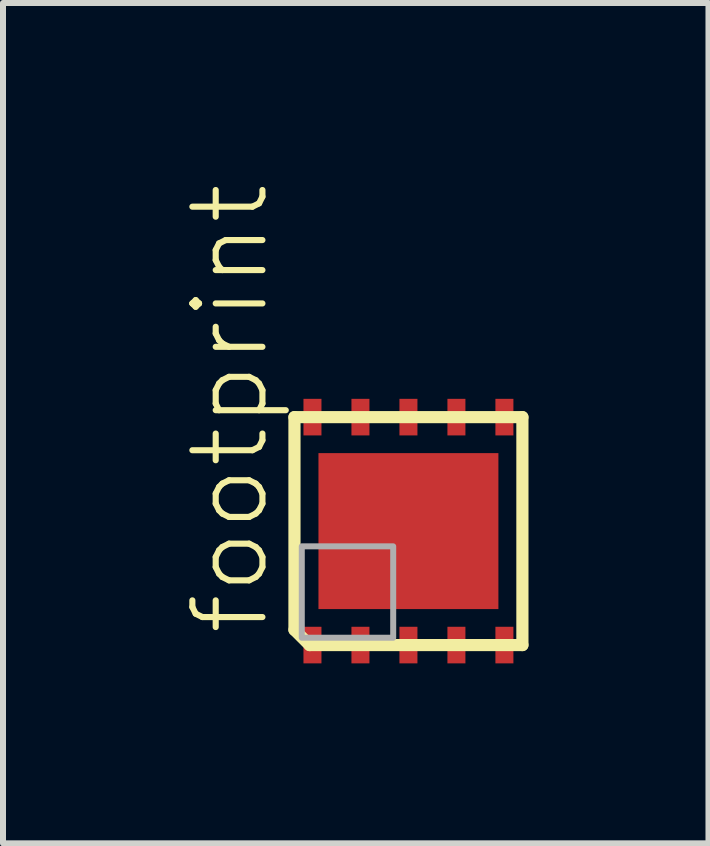
<source format=kicad_pcb>
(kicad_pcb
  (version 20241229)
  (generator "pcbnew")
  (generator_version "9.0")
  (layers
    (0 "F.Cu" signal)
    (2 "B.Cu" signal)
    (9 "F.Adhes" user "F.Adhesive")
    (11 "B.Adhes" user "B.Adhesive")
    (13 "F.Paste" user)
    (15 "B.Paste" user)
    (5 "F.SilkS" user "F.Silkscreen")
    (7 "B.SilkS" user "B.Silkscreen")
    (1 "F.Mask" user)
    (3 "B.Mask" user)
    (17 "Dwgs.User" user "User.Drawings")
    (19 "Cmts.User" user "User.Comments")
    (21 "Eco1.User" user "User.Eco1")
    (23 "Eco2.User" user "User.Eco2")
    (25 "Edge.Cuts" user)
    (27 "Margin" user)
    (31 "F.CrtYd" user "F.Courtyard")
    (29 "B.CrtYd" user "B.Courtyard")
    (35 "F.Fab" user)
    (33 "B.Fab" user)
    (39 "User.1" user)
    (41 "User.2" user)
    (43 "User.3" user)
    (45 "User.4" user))
  (footprint "footprint"
    (layer "F.Cu")
    (at 3.759 5.804)
    (property "Reference" "footprint" (at -2.286 1.778 90) (layer "F.SilkS") (effects (font (size 1.168 1.168) (thickness 0.102)) (justify left bottom)))
    (fp_line (start -1.9 -1.9) (end 1.9 -1.9) (stroke (width 0.203) (type solid)) (layer "F.SilkS"))
    (fp_line (start -1.9 1.646) (end -1.9 -1.9) (stroke (width 0.203) (type solid)) (layer "F.SilkS"))
    (fp_line (start -1.646 1.9) (end -1.9 1.646) (stroke (width 0.203) (type solid)) (layer "F.SilkS"))
    (fp_line (start 1.9 -1.9) (end 1.9 1.9) (stroke (width 0.203) (type solid)) (layer "F.SilkS"))
    (fp_line (start 1.9 1.9) (end -1.646 1.9) (stroke (width 0.203) (type solid)) (layer "F.SilkS"))
    (fp_poly (pts (xy -1.778 1.778) (xy -0.254 1.778) (xy -0.254 0.254) (xy -1.778 0.254)) (stroke (width 0.1) (type solid)) (fill no) (layer "F.Fab"))
    (pad "1" smd rect (at -1.6 1.9) (size 0.3 0.61) (layers "F.Cu" "F.Mask" "F.Paste"))
    (pad "2" smd rect (at -0.8 1.9) (size 0.3 0.61) (layers "F.Cu" "F.Mask" "F.Paste"))
    (pad "3" smd rect (at 0 1.9) (size 0.3 0.61) (layers "F.Cu" "F.Mask" "F.Paste"))
    (pad "4" smd rect (at 0.8 1.9) (size 0.3 0.61) (layers "F.Cu" "F.Mask" "F.Paste"))
    (pad "5" smd rect (at 1.6 1.9) (size 0.3 0.61) (layers "F.Cu" "F.Mask" "F.Paste"))
    (pad "6" smd rect (at 1.6 -1.9 180) (size 0.3 0.61) (layers "F.Cu" "F.Mask" "F.Paste"))
    (pad "7" smd rect (at 0.8 -1.9 180) (size 0.3 0.61) (layers "F.Cu" "F.Mask" "F.Paste"))
    (pad "8" smd rect (at 0 -1.9 180) (size 0.3 0.61) (layers "F.Cu" "F.Mask" "F.Paste"))
    (pad "9" smd rect (at -0.8 -1.9 180) (size 0.3 0.61) (layers "F.Cu" "F.Mask" "F.Paste"))
    (pad "10" smd rect (at -1.6 -1.9 180) (size 0.3 0.61) (layers "F.Cu" "F.Mask" "F.Paste"))
    (pad "TH" smd rect (at 0 0) (size 3 2.6) (layers "F.Cu" "F.Mask" "F.Paste")))
  (gr_rect
    (start -3 -3)
    (end 8.761 11.009)
    (stroke (width 0.1) (type default))
    (fill no)
    (layer "Edge.Cuts")))
</source>
